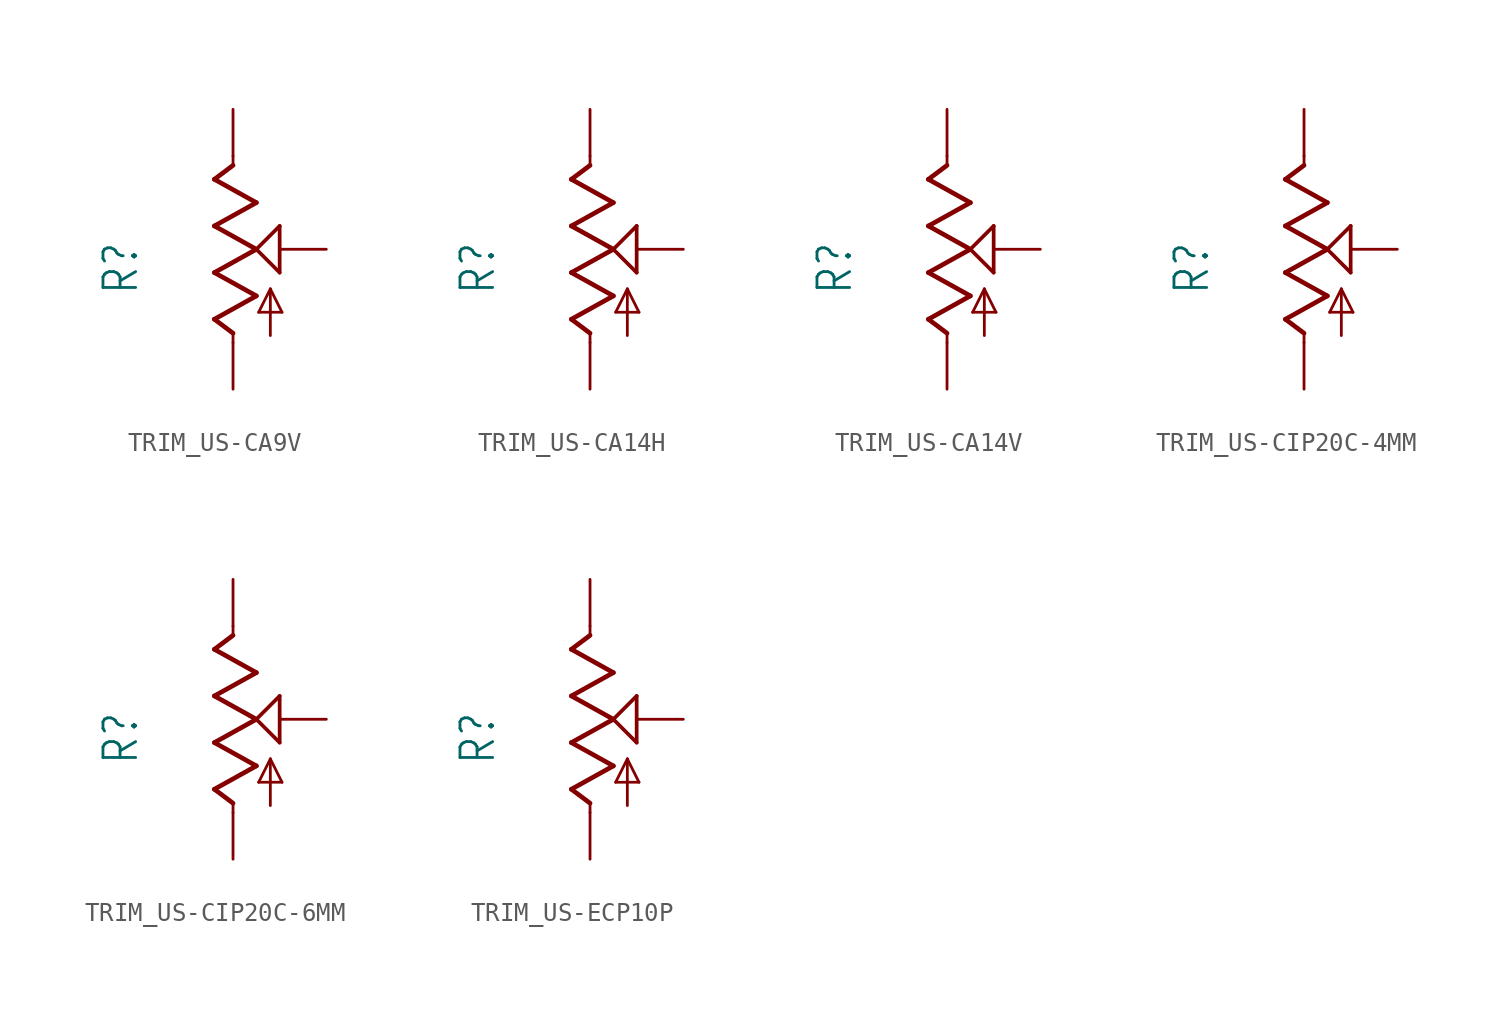
<source format=kicad_sym>
(kicad_symbol_lib
  (version 20241209)
  (generator "kicad_symbol_editor")
  (generator_version "9.0")
  (symbol "TRIM_US-CA9V"
    (property "Reference" "R"
      (at -5.08 -2.54 90)
      (effects (font (size 1.778 1.511)) (justify left bottom)))
    (property "Value" ""
      (at -2.54 -2.54 90)
      (effects (font (size 1.778 1.511)) (justify left bottom)))
    (property "ki_locked" ""
      (at 0 0 0)
      (effects (font (size 1.27 1.27))))
    (symbol "TRIM_US-CA9V_1_0"
      (polyline (pts (xy -1.016 3.81) (xy 0 4.572)) (stroke (width 0.254) (type solid)) (fill (type none)))
      (polyline (pts (xy -1.016 1.27) (xy 1.27 2.54)) (stroke (width 0.254) (type solid)) (fill (type none)))
      (polyline (pts (xy -1.016 -1.27) (xy 1.27 0)) (stroke (width 0.254) (type solid)) (fill (type none)))
      (polyline (pts (xy -1.016 -3.81) (xy 1.27 -2.54)) (stroke (width 0.254) (type solid)) (fill (type none)))
      (polyline (pts (xy 0 4.572) (xy 0 5.08)) (stroke (width 0.152) (type solid)) (fill (type none)))
      (polyline (pts (xy 0 -4.572) (xy -1.016 -3.81)) (stroke (width 0.254) (type solid)) (fill (type none)))
      (polyline (pts (xy 0 -5.08) (xy 0 -4.572)) (stroke (width 0.152) (type solid)) (fill (type none)))
      (polyline (pts (xy 1.27 2.54) (xy -1.016 3.81)) (stroke (width 0.254) (type solid)) (fill (type none)))
      (polyline (pts (xy 1.27 0) (xy -1.016 1.27)) (stroke (width 0.254) (type solid)) (fill (type none)))
      (polyline (pts (xy 1.27 0) (xy 2.54 1.27)) (stroke (width 0.203) (type solid)) (fill (type none)))
      (polyline (pts (xy 1.27 -2.54) (xy -1.016 -1.27)) (stroke (width 0.254) (type solid)) (fill (type none)))
      (polyline (pts (xy 1.397 -3.429) (xy 2.032 -2.159)) (stroke (width 0.152) (type solid)) (fill (type none)))
      (polyline (pts (xy 2.032 -2.159) (xy 2.667 -3.429)) (stroke (width 0.152) (type solid)) (fill (type none)))
      (polyline (pts (xy 2.032 -4.699) (xy 2.032 -2.159)) (stroke (width 0.152) (type solid)) (fill (type none)))
      (polyline (pts (xy 2.54 1.27) (xy 2.54 -1.27)) (stroke (width 0.203) (type solid)) (fill (type none)))
      (polyline (pts (xy 2.54 -1.27) (xy 1.27 0)) (stroke (width 0.203) (type solid)) (fill (type none)))
      (polyline (pts (xy 2.667 -3.429) (xy 1.397 -3.429)) (stroke (width 0.152) (type solid)) (fill (type none)))
      (pin passive line (at 0 7.62 270) (length 2.54) (name "E" (effects (font (size 0 0)))) (number "E" (effects (font (size 0 0)))))
      (pin passive line (at 0 -7.62 90) (length 2.54) (name "A" (effects (font (size 0 0)))) (number "A" (effects (font (size 0 0)))))
      (pin passive line (at 5.08 0 180) (length 2.54) (name "S" (effects (font (size 0 0)))) (number "S" (effects (font (size 0 0)))))))
  (symbol "TRIM_US-CA14H"
    (property "Reference" "R"
      (at -5.08 -2.54 90)
      (effects (font (size 1.778 1.511)) (justify left bottom)))
    (property "Value" ""
      (at -2.54 -2.54 90)
      (effects (font (size 1.778 1.511)) (justify left bottom)))
    (property "ki_locked" ""
      (at 0 0 0)
      (effects (font (size 1.27 1.27))))
    (symbol "TRIM_US-CA14H_1_0"
      (polyline (pts (xy -1.016 3.81) (xy 0 4.572)) (stroke (width 0.254) (type solid)) (fill (type none)))
      (polyline (pts (xy -1.016 1.27) (xy 1.27 2.54)) (stroke (width 0.254) (type solid)) (fill (type none)))
      (polyline (pts (xy -1.016 -1.27) (xy 1.27 0)) (stroke (width 0.254) (type solid)) (fill (type none)))
      (polyline (pts (xy -1.016 -3.81) (xy 1.27 -2.54)) (stroke (width 0.254) (type solid)) (fill (type none)))
      (polyline (pts (xy 0 4.572) (xy 0 5.08)) (stroke (width 0.152) (type solid)) (fill (type none)))
      (polyline (pts (xy 0 -4.572) (xy -1.016 -3.81)) (stroke (width 0.254) (type solid)) (fill (type none)))
      (polyline (pts (xy 0 -5.08) (xy 0 -4.572)) (stroke (width 0.152) (type solid)) (fill (type none)))
      (polyline (pts (xy 1.27 2.54) (xy -1.016 3.81)) (stroke (width 0.254) (type solid)) (fill (type none)))
      (polyline (pts (xy 1.27 0) (xy -1.016 1.27)) (stroke (width 0.254) (type solid)) (fill (type none)))
      (polyline (pts (xy 1.27 0) (xy 2.54 1.27)) (stroke (width 0.203) (type solid)) (fill (type none)))
      (polyline (pts (xy 1.27 -2.54) (xy -1.016 -1.27)) (stroke (width 0.254) (type solid)) (fill (type none)))
      (polyline (pts (xy 1.397 -3.429) (xy 2.032 -2.159)) (stroke (width 0.152) (type solid)) (fill (type none)))
      (polyline (pts (xy 2.032 -2.159) (xy 2.667 -3.429)) (stroke (width 0.152) (type solid)) (fill (type none)))
      (polyline (pts (xy 2.032 -4.699) (xy 2.032 -2.159)) (stroke (width 0.152) (type solid)) (fill (type none)))
      (polyline (pts (xy 2.54 1.27) (xy 2.54 -1.27)) (stroke (width 0.203) (type solid)) (fill (type none)))
      (polyline (pts (xy 2.54 -1.27) (xy 1.27 0)) (stroke (width 0.203) (type solid)) (fill (type none)))
      (polyline (pts (xy 2.667 -3.429) (xy 1.397 -3.429)) (stroke (width 0.152) (type solid)) (fill (type none)))
      (pin passive line (at 0 7.62 270) (length 2.54) (name "E" (effects (font (size 0 0)))) (number "E" (effects (font (size 0 0)))))
      (pin passive line (at 0 -7.62 90) (length 2.54) (name "A" (effects (font (size 0 0)))) (number "A" (effects (font (size 0 0)))))
      (pin passive line (at 5.08 0 180) (length 2.54) (name "S" (effects (font (size 0 0)))) (number "S" (effects (font (size 0 0)))))))
  (symbol "TRIM_US-CA14V"
    (property "Reference" "R"
      (at -5.08 -2.54 90)
      (effects (font (size 1.778 1.511)) (justify left bottom)))
    (property "Value" ""
      (at -2.54 -2.54 90)
      (effects (font (size 1.778 1.511)) (justify left bottom)))
    (property "ki_locked" ""
      (at 0 0 0)
      (effects (font (size 1.27 1.27))))
    (symbol "TRIM_US-CA14V_1_0"
      (polyline (pts (xy -1.016 3.81) (xy 0 4.572)) (stroke (width 0.254) (type solid)) (fill (type none)))
      (polyline (pts (xy -1.016 1.27) (xy 1.27 2.54)) (stroke (width 0.254) (type solid)) (fill (type none)))
      (polyline (pts (xy -1.016 -1.27) (xy 1.27 0)) (stroke (width 0.254) (type solid)) (fill (type none)))
      (polyline (pts (xy -1.016 -3.81) (xy 1.27 -2.54)) (stroke (width 0.254) (type solid)) (fill (type none)))
      (polyline (pts (xy 0 4.572) (xy 0 5.08)) (stroke (width 0.152) (type solid)) (fill (type none)))
      (polyline (pts (xy 0 -4.572) (xy -1.016 -3.81)) (stroke (width 0.254) (type solid)) (fill (type none)))
      (polyline (pts (xy 0 -5.08) (xy 0 -4.572)) (stroke (width 0.152) (type solid)) (fill (type none)))
      (polyline (pts (xy 1.27 2.54) (xy -1.016 3.81)) (stroke (width 0.254) (type solid)) (fill (type none)))
      (polyline (pts (xy 1.27 0) (xy -1.016 1.27)) (stroke (width 0.254) (type solid)) (fill (type none)))
      (polyline (pts (xy 1.27 0) (xy 2.54 1.27)) (stroke (width 0.203) (type solid)) (fill (type none)))
      (polyline (pts (xy 1.27 -2.54) (xy -1.016 -1.27)) (stroke (width 0.254) (type solid)) (fill (type none)))
      (polyline (pts (xy 1.397 -3.429) (xy 2.032 -2.159)) (stroke (width 0.152) (type solid)) (fill (type none)))
      (polyline (pts (xy 2.032 -2.159) (xy 2.667 -3.429)) (stroke (width 0.152) (type solid)) (fill (type none)))
      (polyline (pts (xy 2.032 -4.699) (xy 2.032 -2.159)) (stroke (width 0.152) (type solid)) (fill (type none)))
      (polyline (pts (xy 2.54 1.27) (xy 2.54 -1.27)) (stroke (width 0.203) (type solid)) (fill (type none)))
      (polyline (pts (xy 2.54 -1.27) (xy 1.27 0)) (stroke (width 0.203) (type solid)) (fill (type none)))
      (polyline (pts (xy 2.667 -3.429) (xy 1.397 -3.429)) (stroke (width 0.152) (type solid)) (fill (type none)))
      (pin passive line (at 0 7.62 270) (length 2.54) (name "E" (effects (font (size 0 0)))) (number "E" (effects (font (size 0 0)))))
      (pin passive line (at 0 -7.62 90) (length 2.54) (name "A" (effects (font (size 0 0)))) (number "A" (effects (font (size 0 0)))))
      (pin passive line (at 5.08 0 180) (length 2.54) (name "S" (effects (font (size 0 0)))) (number "S" (effects (font (size 0 0)))))))
  (symbol "TRIM_US-CIP20C-4MM"
    (property "Reference" "R"
      (at -5.08 -2.54 90)
      (effects (font (size 1.778 1.511)) (justify left bottom)))
    (property "Value" ""
      (at -2.54 -2.54 90)
      (effects (font (size 1.778 1.511)) (justify left bottom)))
    (property "ki_locked" ""
      (at 0 0 0)
      (effects (font (size 1.27 1.27))))
    (symbol "TRIM_US-CIP20C-4MM_1_0"
      (polyline (pts (xy -1.016 3.81) (xy 0 4.572)) (stroke (width 0.254) (type solid)) (fill (type none)))
      (polyline (pts (xy -1.016 1.27) (xy 1.27 2.54)) (stroke (width 0.254) (type solid)) (fill (type none)))
      (polyline (pts (xy -1.016 -1.27) (xy 1.27 0)) (stroke (width 0.254) (type solid)) (fill (type none)))
      (polyline (pts (xy -1.016 -3.81) (xy 1.27 -2.54)) (stroke (width 0.254) (type solid)) (fill (type none)))
      (polyline (pts (xy 0 4.572) (xy 0 5.08)) (stroke (width 0.152) (type solid)) (fill (type none)))
      (polyline (pts (xy 0 -4.572) (xy -1.016 -3.81)) (stroke (width 0.254) (type solid)) (fill (type none)))
      (polyline (pts (xy 0 -5.08) (xy 0 -4.572)) (stroke (width 0.152) (type solid)) (fill (type none)))
      (polyline (pts (xy 1.27 2.54) (xy -1.016 3.81)) (stroke (width 0.254) (type solid)) (fill (type none)))
      (polyline (pts (xy 1.27 0) (xy -1.016 1.27)) (stroke (width 0.254) (type solid)) (fill (type none)))
      (polyline (pts (xy 1.27 0) (xy 2.54 1.27)) (stroke (width 0.203) (type solid)) (fill (type none)))
      (polyline (pts (xy 1.27 -2.54) (xy -1.016 -1.27)) (stroke (width 0.254) (type solid)) (fill (type none)))
      (polyline (pts (xy 1.397 -3.429) (xy 2.032 -2.159)) (stroke (width 0.152) (type solid)) (fill (type none)))
      (polyline (pts (xy 2.032 -2.159) (xy 2.667 -3.429)) (stroke (width 0.152) (type solid)) (fill (type none)))
      (polyline (pts (xy 2.032 -4.699) (xy 2.032 -2.159)) (stroke (width 0.152) (type solid)) (fill (type none)))
      (polyline (pts (xy 2.54 1.27) (xy 2.54 -1.27)) (stroke (width 0.203) (type solid)) (fill (type none)))
      (polyline (pts (xy 2.54 -1.27) (xy 1.27 0)) (stroke (width 0.203) (type solid)) (fill (type none)))
      (polyline (pts (xy 2.667 -3.429) (xy 1.397 -3.429)) (stroke (width 0.152) (type solid)) (fill (type none)))
      (pin passive line (at 0 7.62 270) (length 2.54) (name "E" (effects (font (size 0 0)))) (number "E" (effects (font (size 0 0)))))
      (pin passive line (at 0 -7.62 90) (length 2.54) (name "A" (effects (font (size 0 0)))) (number "A" (effects (font (size 0 0)))))
      (pin passive line (at 5.08 0 180) (length 2.54) (name "S" (effects (font (size 0 0)))) (number "S" (effects (font (size 0 0)))))))
  (symbol "TRIM_US-CIP20C-6MM"
    (property "Reference" "R"
      (at -5.08 -2.54 90)
      (effects (font (size 1.778 1.511)) (justify left bottom)))
    (property "Value" ""
      (at -2.54 -2.54 90)
      (effects (font (size 1.778 1.511)) (justify left bottom)))
    (property "ki_locked" ""
      (at 0 0 0)
      (effects (font (size 1.27 1.27))))
    (symbol "TRIM_US-CIP20C-6MM_1_0"
      (polyline (pts (xy -1.016 3.81) (xy 0 4.572)) (stroke (width 0.254) (type solid)) (fill (type none)))
      (polyline (pts (xy -1.016 1.27) (xy 1.27 2.54)) (stroke (width 0.254) (type solid)) (fill (type none)))
      (polyline (pts (xy -1.016 -1.27) (xy 1.27 0)) (stroke (width 0.254) (type solid)) (fill (type none)))
      (polyline (pts (xy -1.016 -3.81) (xy 1.27 -2.54)) (stroke (width 0.254) (type solid)) (fill (type none)))
      (polyline (pts (xy 0 4.572) (xy 0 5.08)) (stroke (width 0.152) (type solid)) (fill (type none)))
      (polyline (pts (xy 0 -4.572) (xy -1.016 -3.81)) (stroke (width 0.254) (type solid)) (fill (type none)))
      (polyline (pts (xy 0 -5.08) (xy 0 -4.572)) (stroke (width 0.152) (type solid)) (fill (type none)))
      (polyline (pts (xy 1.27 2.54) (xy -1.016 3.81)) (stroke (width 0.254) (type solid)) (fill (type none)))
      (polyline (pts (xy 1.27 0) (xy -1.016 1.27)) (stroke (width 0.254) (type solid)) (fill (type none)))
      (polyline (pts (xy 1.27 0) (xy 2.54 1.27)) (stroke (width 0.203) (type solid)) (fill (type none)))
      (polyline (pts (xy 1.27 -2.54) (xy -1.016 -1.27)) (stroke (width 0.254) (type solid)) (fill (type none)))
      (polyline (pts (xy 1.397 -3.429) (xy 2.032 -2.159)) (stroke (width 0.152) (type solid)) (fill (type none)))
      (polyline (pts (xy 2.032 -2.159) (xy 2.667 -3.429)) (stroke (width 0.152) (type solid)) (fill (type none)))
      (polyline (pts (xy 2.032 -4.699) (xy 2.032 -2.159)) (stroke (width 0.152) (type solid)) (fill (type none)))
      (polyline (pts (xy 2.54 1.27) (xy 2.54 -1.27)) (stroke (width 0.203) (type solid)) (fill (type none)))
      (polyline (pts (xy 2.54 -1.27) (xy 1.27 0)) (stroke (width 0.203) (type solid)) (fill (type none)))
      (polyline (pts (xy 2.667 -3.429) (xy 1.397 -3.429)) (stroke (width 0.152) (type solid)) (fill (type none)))
      (pin passive line (at 0 7.62 270) (length 2.54) (name "E" (effects (font (size 0 0)))) (number "E" (effects (font (size 0 0)))))
      (pin passive line (at 0 -7.62 90) (length 2.54) (name "A" (effects (font (size 0 0)))) (number "A" (effects (font (size 0 0)))))
      (pin passive line (at 5.08 0 180) (length 2.54) (name "S" (effects (font (size 0 0)))) (number "S" (effects (font (size 0 0)))))))
  (symbol "TRIM_US-ECP10P"
    (property "Reference" "R"
      (at -5.08 -2.54 90)
      (effects (font (size 1.778 1.511)) (justify left bottom)))
    (property "Value" ""
      (at -2.54 -2.54 90)
      (effects (font (size 1.778 1.511)) (justify left bottom)))
    (property "ki_locked" ""
      (at 0 0 0)
      (effects (font (size 1.27 1.27))))
    (symbol "TRIM_US-ECP10P_1_0"
      (polyline (pts (xy -1.016 3.81) (xy 0 4.572)) (stroke (width 0.254) (type solid)) (fill (type none)))
      (polyline (pts (xy -1.016 1.27) (xy 1.27 2.54)) (stroke (width 0.254) (type solid)) (fill (type none)))
      (polyline (pts (xy -1.016 -1.27) (xy 1.27 0)) (stroke (width 0.254) (type solid)) (fill (type none)))
      (polyline (pts (xy -1.016 -3.81) (xy 1.27 -2.54)) (stroke (width 0.254) (type solid)) (fill (type none)))
      (polyline (pts (xy 0 4.572) (xy 0 5.08)) (stroke (width 0.152) (type solid)) (fill (type none)))
      (polyline (pts (xy 0 -4.572) (xy -1.016 -3.81)) (stroke (width 0.254) (type solid)) (fill (type none)))
      (polyline (pts (xy 0 -5.08) (xy 0 -4.572)) (stroke (width 0.152) (type solid)) (fill (type none)))
      (polyline (pts (xy 1.27 2.54) (xy -1.016 3.81)) (stroke (width 0.254) (type solid)) (fill (type none)))
      (polyline (pts (xy 1.27 0) (xy -1.016 1.27)) (stroke (width 0.254) (type solid)) (fill (type none)))
      (polyline (pts (xy 1.27 0) (xy 2.54 1.27)) (stroke (width 0.203) (type solid)) (fill (type none)))
      (polyline (pts (xy 1.27 -2.54) (xy -1.016 -1.27)) (stroke (width 0.254) (type solid)) (fill (type none)))
      (polyline (pts (xy 1.397 -3.429) (xy 2.032 -2.159)) (stroke (width 0.152) (type solid)) (fill (type none)))
      (polyline (pts (xy 2.032 -2.159) (xy 2.667 -3.429)) (stroke (width 0.152) (type solid)) (fill (type none)))
      (polyline (pts (xy 2.032 -4.699) (xy 2.032 -2.159)) (stroke (width 0.152) (type solid)) (fill (type none)))
      (polyline (pts (xy 2.54 1.27) (xy 2.54 -1.27)) (stroke (width 0.203) (type solid)) (fill (type none)))
      (polyline (pts (xy 2.54 -1.27) (xy 1.27 0)) (stroke (width 0.203) (type solid)) (fill (type none)))
      (polyline (pts (xy 2.667 -3.429) (xy 1.397 -3.429)) (stroke (width 0.152) (type solid)) (fill (type none)))
      (pin passive line (at 0 7.62 270) (length 2.54) (name "E" (effects (font (size 0 0)))) (number "E" (effects (font (size 0 0)))))
      (pin passive line (at 0 -7.62 90) (length 2.54) (name "A" (effects (font (size 0 0)))) (number "A" (effects (font (size 0 0)))))
      (pin passive line (at 5.08 0 180) (length 2.54) (name "S" (effects (font (size 0 0)))) (number "S" (effects (font (size 0 0))))))))
</source>
